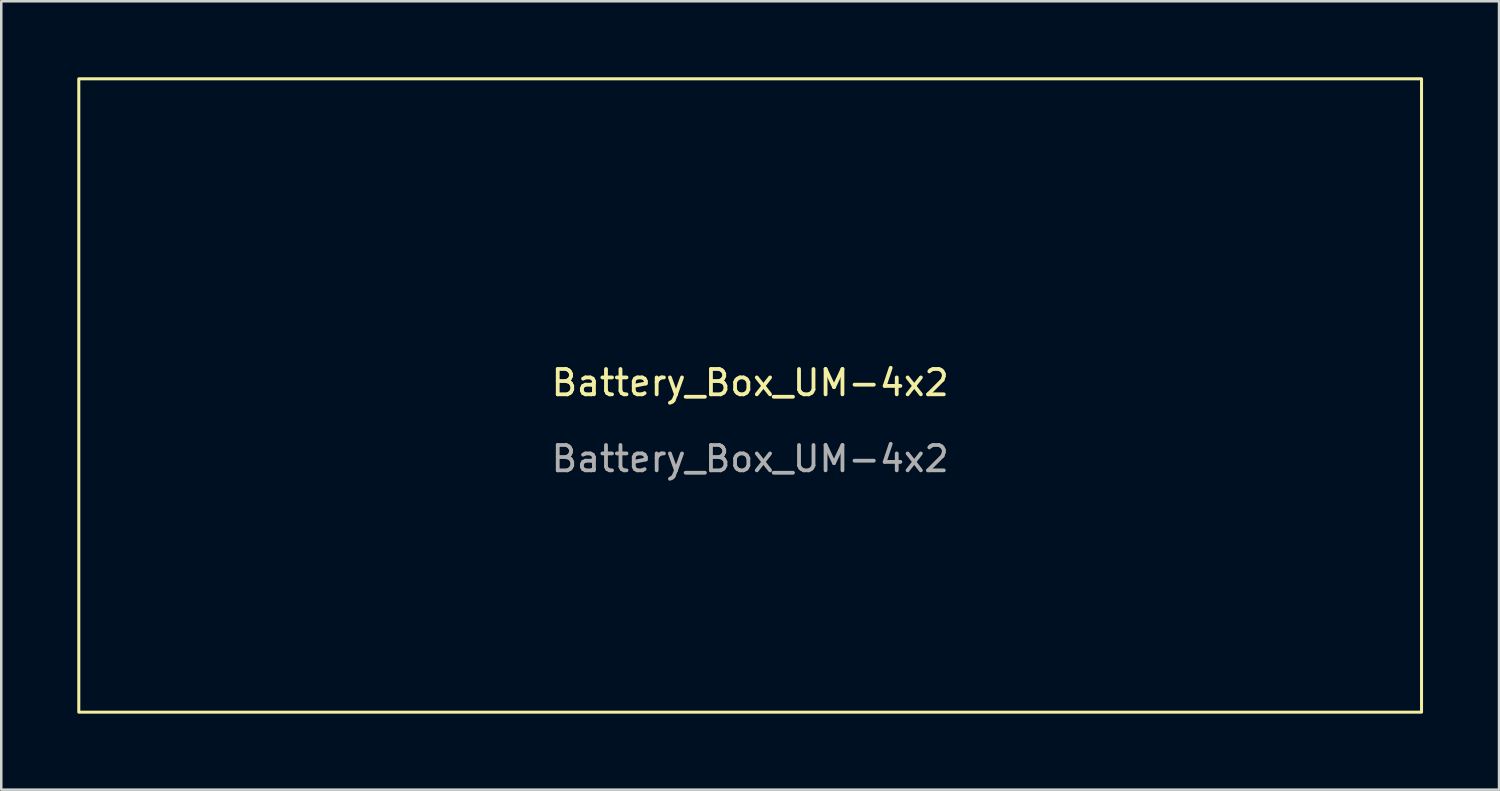
<source format=kicad_pcb>
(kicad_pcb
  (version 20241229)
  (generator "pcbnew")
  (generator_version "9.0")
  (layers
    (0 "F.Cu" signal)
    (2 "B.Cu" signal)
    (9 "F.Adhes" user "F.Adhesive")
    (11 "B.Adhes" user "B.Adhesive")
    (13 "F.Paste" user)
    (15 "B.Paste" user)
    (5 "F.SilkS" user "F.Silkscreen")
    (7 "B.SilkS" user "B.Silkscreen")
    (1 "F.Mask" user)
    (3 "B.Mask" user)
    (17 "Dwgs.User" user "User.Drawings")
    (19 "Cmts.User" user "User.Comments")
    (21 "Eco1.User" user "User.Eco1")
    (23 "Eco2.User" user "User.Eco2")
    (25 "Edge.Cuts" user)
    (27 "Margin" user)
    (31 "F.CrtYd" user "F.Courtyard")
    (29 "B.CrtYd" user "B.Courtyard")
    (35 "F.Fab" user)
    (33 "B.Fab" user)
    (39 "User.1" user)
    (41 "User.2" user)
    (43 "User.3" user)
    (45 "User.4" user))
  (footprint "Battery_Box_UM-4x2"
    (layer "F.Cu")
    (at 26.56 12.56)
    (property "Reference" "Battery_Box_UM-4x2" (at 0 -0.5 0) (unlocked yes) (layer "F.SilkS") (effects (font (size 1 1) (thickness 0.15))))
    (fp_rect (start -26.5 -12.5) (end 26.5 12.5) (stroke (width 0.12) (type solid)) (fill no) (layer "F.SilkS"))
    (fp_text user "${REFERENCE}" (at 0 2.5 0) (unlocked yes) (layer "F.Fab") (effects (font (size 1 1) (thickness 0.15)))))
  (gr_rect
    (start -3 -3)
    (end 56.12 28.12)
    (stroke (width 0.1) (type default))
    (fill no)
    (layer "Edge.Cuts")))
</source>
